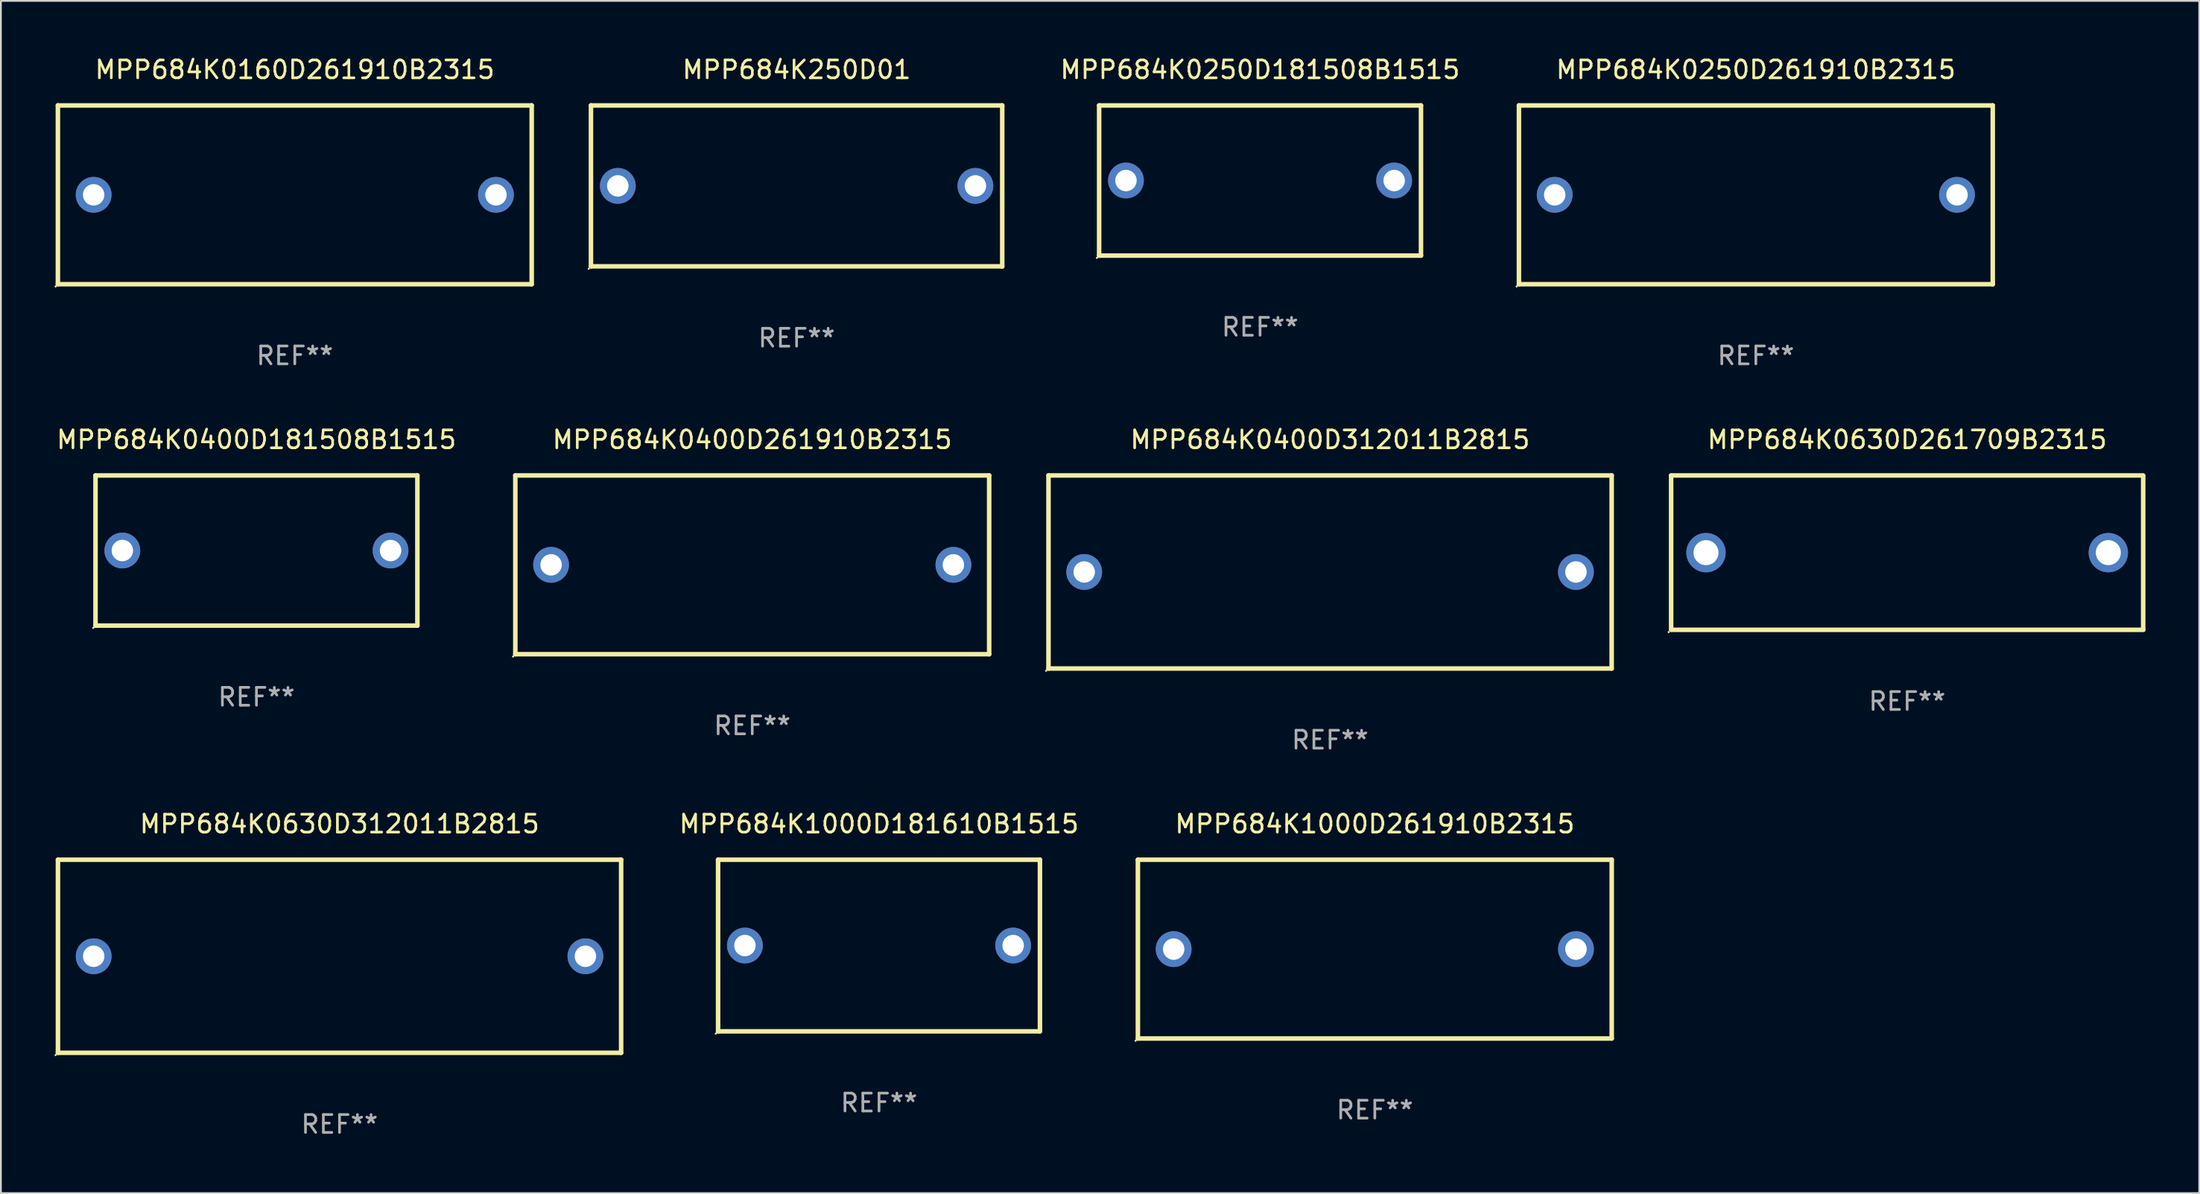
<source format=kicad_pcb>
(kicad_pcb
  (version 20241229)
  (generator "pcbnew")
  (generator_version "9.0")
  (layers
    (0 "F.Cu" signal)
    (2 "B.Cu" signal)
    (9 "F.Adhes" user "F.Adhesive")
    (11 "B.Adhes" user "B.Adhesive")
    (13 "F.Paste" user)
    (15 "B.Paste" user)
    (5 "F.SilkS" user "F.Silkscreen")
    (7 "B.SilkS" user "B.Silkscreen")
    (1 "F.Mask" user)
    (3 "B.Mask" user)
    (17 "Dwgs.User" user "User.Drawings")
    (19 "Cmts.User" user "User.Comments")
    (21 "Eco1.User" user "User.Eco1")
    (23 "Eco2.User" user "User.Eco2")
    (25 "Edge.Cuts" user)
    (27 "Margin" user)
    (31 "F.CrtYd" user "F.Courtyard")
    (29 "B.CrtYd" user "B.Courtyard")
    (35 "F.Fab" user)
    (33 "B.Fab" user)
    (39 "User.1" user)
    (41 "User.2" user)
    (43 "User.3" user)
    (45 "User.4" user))
  (footprint "MPP684K0160D261910B2315"
    (layer "F.Cu")
    (at 13.437 7.848)
    (property "Reference" "MPP684K0160D261910B2315" (at 0 -7 0) (layer "F.SilkS") (effects (font (size 1 1) (thickness 0.15))))
    (attr through_hole)
    (fp_line (start -13.25 -5) (end 13.25 -5) (stroke (width 0.254) (type solid)) (layer "F.SilkS"))
    (fp_line (start -13.25 5) (end -13.25 -5) (stroke (width 0.254) (type solid)) (layer "F.SilkS"))
    (fp_line (start 13.25 -5) (end 13.25 5) (stroke (width 0.254) (type solid)) (layer "F.SilkS"))
    (fp_line (start 13.25 5) (end -13.25 5) (stroke (width 0.254) (type solid)) (layer "F.SilkS"))
    (fp_circle (center -13.377 5.127) (end -13.347 5.127) (stroke (width 0.06) (type solid)) (fill no) (layer "F.SilkS"))
    (fp_text user "REF**" (at 0 9 0) (layer "F.Fab") (effects (font (size 1 1) (thickness 0.15))))
    (pad "1" thru_hole circle (at -11.25 0) (size 2 2) (drill 1.2) (layers "*.Cu" "*.Mask"))
    (pad "2" thru_hole circle (at 11.25 0) (size 2 2) (drill 1.2) (layers "*.Cu" "*.Mask")))
  (footprint "MPP684K0400D261910B2315"
    (layer "F.Cu")
    (at 39.02 28.545)
    (property "Reference" "MPP684K0400D261910B2315" (at 0 -7 0) (layer "F.SilkS") (effects (font (size 1 1) (thickness 0.15))))
    (attr through_hole)
    (fp_line (start -13.25 -5) (end 13.25 -5) (stroke (width 0.254) (type solid)) (layer "F.SilkS"))
    (fp_line (start -13.25 5) (end -13.25 -5) (stroke (width 0.254) (type solid)) (layer "F.SilkS"))
    (fp_line (start 13.25 -5) (end 13.25 5) (stroke (width 0.254) (type solid)) (layer "F.SilkS"))
    (fp_line (start 13.25 5) (end -13.25 5) (stroke (width 0.254) (type solid)) (layer "F.SilkS"))
    (fp_circle (center -13.377 5.127) (end -13.347 5.127) (stroke (width 0.06) (type solid)) (fill no) (layer "F.SilkS"))
    (fp_text user "REF**" (at 0 9 0) (layer "F.Fab") (effects (font (size 1 1) (thickness 0.15))))
    (pad "1" thru_hole circle (at -11.25 0) (size 2 2) (drill 1.2) (layers "*.Cu" "*.Mask"))
    (pad "2" thru_hole circle (at 11.25 0) (size 2 2) (drill 1.2) (layers "*.Cu" "*.Mask")))
  (footprint "MPP684K0630D312011B2815"
    (layer "F.Cu")
    (at 15.939 50.441)
    (property "Reference" "MPP684K0630D312011B2815" (at 0 -7.4 0) (layer "F.SilkS") (effects (font (size 1 1) (thickness 0.15))))
    (attr through_hole)
    (fp_line (start -15.748 -5.4) (end 15.752 -5.4) (stroke (width 0.254) (type solid)) (layer "F.SilkS"))
    (fp_line (start -15.748 5.4) (end -15.748 -5.4) (stroke (width 0.254) (type solid)) (layer "F.SilkS"))
    (fp_line (start 15.748 -5.4) (end 15.748 5.4) (stroke (width 0.254) (type solid)) (layer "F.SilkS"))
    (fp_line (start 15.748 5.4) (end -15.752 5.4) (stroke (width 0.254) (type solid)) (layer "F.SilkS"))
    (fp_circle (center -15.879 5.527) (end -15.849 5.527) (stroke (width 0.06) (type solid)) (fill no) (layer "F.SilkS"))
    (fp_text user "REF**" (at 0 9.4 0) (layer "F.Fab") (effects (font (size 1 1) (thickness 0.15))))
    (pad "1" thru_hole circle (at -13.75 0) (size 2 2) (drill 1.2) (layers "*.Cu" "*.Mask"))
    (pad "2" thru_hole circle (at 13.75 0) (size 2 2) (drill 1.2) (layers "*.Cu" "*.Mask")))
  (footprint "MPP684K0250D261910B2315"
    (layer "F.Cu")
    (at 95.148 7.848)
    (property "Reference" "MPP684K0250D261910B2315" (at 0 -7 0) (layer "F.SilkS") (effects (font (size 1 1) (thickness 0.15))))
    (attr through_hole)
    (fp_line (start -13.25 -5) (end 13.25 -5) (stroke (width 0.254) (type solid)) (layer "F.SilkS"))
    (fp_line (start -13.25 5) (end -13.25 -5) (stroke (width 0.254) (type solid)) (layer "F.SilkS"))
    (fp_line (start 13.25 -5) (end 13.25 5) (stroke (width 0.254) (type solid)) (layer "F.SilkS"))
    (fp_line (start 13.25 5) (end -13.25 5) (stroke (width 0.254) (type solid)) (layer "F.SilkS"))
    (fp_circle (center -13.377 5.127) (end -13.347 5.127) (stroke (width 0.06) (type solid)) (fill no) (layer "F.SilkS"))
    (fp_text user "REF**" (at 0 9 0) (layer "F.Fab") (effects (font (size 1 1) (thickness 0.15))))
    (pad "1" thru_hole circle (at -11.25 0) (size 2 2) (drill 1.2) (layers "*.Cu" "*.Mask"))
    (pad "2" thru_hole circle (at 11.25 0) (size 2 2) (drill 1.2) (layers "*.Cu" "*.Mask")))
  (footprint "MPP684K0400D312011B2815"
    (layer "F.Cu")
    (at 71.336 28.945)
    (property "Reference" "MPP684K0400D312011B2815" (at 0 -7.4 0) (layer "F.SilkS") (effects (font (size 1 1) (thickness 0.15))))
    (attr through_hole)
    (fp_line (start -15.748 -5.4) (end 15.752 -5.4) (stroke (width 0.254) (type solid)) (layer "F.SilkS"))
    (fp_line (start -15.748 5.4) (end -15.748 -5.4) (stroke (width 0.254) (type solid)) (layer "F.SilkS"))
    (fp_line (start 15.748 -5.4) (end 15.748 5.4) (stroke (width 0.254) (type solid)) (layer "F.SilkS"))
    (fp_line (start 15.748 5.4) (end -15.752 5.4) (stroke (width 0.254) (type solid)) (layer "F.SilkS"))
    (fp_circle (center -15.879 5.527) (end -15.849 5.527) (stroke (width 0.06) (type solid)) (fill no) (layer "F.SilkS"))
    (fp_text user "REF**" (at 0 9.4 0) (layer "F.Fab") (effects (font (size 1 1) (thickness 0.15))))
    (pad "1" thru_hole circle (at -13.75 0) (size 2 2) (drill 1.2) (layers "*.Cu" "*.Mask"))
    (pad "2" thru_hole circle (at 13.75 0) (size 2 2) (drill 1.2) (layers "*.Cu" "*.Mask")))
  (footprint "MPP684K1000D181610B1515"
    (layer "F.Cu")
    (at 46.11 49.841)
    (property "Reference" "MPP684K1000D181610B1515" (at 0 -6.8 0) (layer "F.SilkS") (effects (font (size 1 1) (thickness 0.15))))
    (attr through_hole)
    (fp_line (start -9 -4.8) (end 9 -4.8) (stroke (width 0.254) (type solid)) (layer "F.SilkS"))
    (fp_line (start -9 4.8) (end -9 -4.8) (stroke (width 0.254) (type solid)) (layer "F.SilkS"))
    (fp_line (start 9 -4.8) (end 9 4.8) (stroke (width 0.254) (type solid)) (layer "F.SilkS"))
    (fp_line (start 9 4.8) (end -9 4.8) (stroke (width 0.254) (type solid)) (layer "F.SilkS"))
    (fp_circle (center -9.127 4.927) (end -9.097 4.927) (stroke (width 0.06) (type solid)) (fill no) (layer "F.SilkS"))
    (fp_text user "REF**" (at 0 8.8 0) (layer "F.Fab") (effects (font (size 1 1) (thickness 0.15))))
    (pad "1" thru_hole circle (at -7.501 0) (size 2 2) (drill 1.2) (layers "*.Cu" "*.Mask"))
    (pad "2" thru_hole circle (at 7.501 0) (size 2 2) (drill 1.2) (layers "*.Cu" "*.Mask")))
  (footprint "MPP684K0630D261709B2315"
    (layer "F.Cu")
    (at 103.61 27.863)
    (property "Reference" "MPP684K0630D261709B2315" (at 0 -6.318 0) (layer "F.SilkS") (effects (font (size 1 1) (thickness 0.15))))
    (attr through_hole)
    (fp_line (start -13.208 -4.318) (end 13.193 -4.318) (stroke (width 0.254) (type solid)) (layer "F.SilkS"))
    (fp_line (start -13.2 4.3) (end -13.2 -4.3) (stroke (width 0.254) (type solid)) (layer "F.SilkS"))
    (fp_line (start 13.2 -4.3) (end 13.2 4.3) (stroke (width 0.254) (type solid)) (layer "F.SilkS"))
    (fp_line (start 13.208 4.318) (end -13.193 4.318) (stroke (width 0.254) (type solid)) (layer "F.SilkS"))
    (fp_circle (center -13.335 4.445) (end -13.305 4.445) (stroke (width 0.06) (type solid)) (fill no) (layer "F.SilkS"))
    (fp_text user "REF**" (at 0 8.318 0) (layer "F.Fab") (effects (font (size 1 1) (thickness 0.15))))
    (pad "1" thru_hole circle (at -11.25 0) (size 2.2 2.2) (drill 1.4) (layers "*.Cu" "*.Mask"))
    (pad "2" thru_hole circle (at 11.25 0) (size 2.2 2.2) (drill 1.4) (layers "*.Cu" "*.Mask")))
  (footprint "MPP684K1000D261910B2315"
    (layer "F.Cu")
    (at 73.838 50.041)
    (property "Reference" "MPP684K1000D261910B2315" (at 0 -7 0) (layer "F.SilkS") (effects (font (size 1 1) (thickness 0.15))))
    (attr through_hole)
    (fp_line (start -13.25 -5) (end 13.25 -5) (stroke (width 0.254) (type solid)) (layer "F.SilkS"))
    (fp_line (start -13.25 5) (end -13.25 -5) (stroke (width 0.254) (type solid)) (layer "F.SilkS"))
    (fp_line (start 13.25 -5) (end 13.25 5) (stroke (width 0.254) (type solid)) (layer "F.SilkS"))
    (fp_line (start 13.25 5) (end -13.25 5) (stroke (width 0.254) (type solid)) (layer "F.SilkS"))
    (fp_circle (center -13.377 5.127) (end -13.347 5.127) (stroke (width 0.06) (type solid)) (fill no) (layer "F.SilkS"))
    (fp_text user "REF**" (at 0 9 0) (layer "F.Fab") (effects (font (size 1 1) (thickness 0.15))))
    (pad "1" thru_hole circle (at -11.25 0) (size 2 2) (drill 1.2) (layers "*.Cu" "*.Mask"))
    (pad "2" thru_hole circle (at 11.25 0) (size 2 2) (drill 1.2) (layers "*.Cu" "*.Mask")))
  (footprint "MPP684K0250D181508B1515"
    (layer "F.Cu")
    (at 67.42 7.048)
    (property "Reference" "MPP684K0250D181508B1515" (at 0 -6.2 0) (layer "F.SilkS") (effects (font (size 1 1) (thickness 0.15))))
    (attr through_hole)
    (fp_line (start -9 -4.2) (end 9 -4.2) (stroke (width 0.254) (type solid)) (layer "F.SilkS"))
    (fp_line (start -9 4.2) (end -9 -4.2) (stroke (width 0.254) (type solid)) (layer "F.SilkS"))
    (fp_line (start 9 -4.2) (end 9 4.2) (stroke (width 0.254) (type solid)) (layer "F.SilkS"))
    (fp_line (start 9 4.2) (end -9 4.2) (stroke (width 0.254) (type solid)) (layer "F.SilkS"))
    (fp_circle (center -9.127 4.327) (end -9.097 4.327) (stroke (width 0.06) (type solid)) (fill no) (layer "F.SilkS"))
    (fp_text user "REF**" (at 0 8.2 0) (layer "F.Fab") (effects (font (size 1 1) (thickness 0.15))))
    (pad "1" thru_hole circle (at -7.5 0) (size 2 2) (drill 1.2) (layers "*.Cu" "*.Mask"))
    (pad "2" thru_hole circle (at 7.5 0) (size 2 2) (drill 1.2) (layers "*.Cu" "*.Mask")))
  (footprint "MPP684K0400D181508B1515"
    (layer "F.Cu")
    (at 11.292 27.745)
    (property "Reference" "MPP684K0400D181508B1515" (at 0 -6.2 0) (layer "F.SilkS") (effects (font (size 1 1) (thickness 0.15))))
    (attr through_hole)
    (fp_line (start -9 -4.2) (end 9 -4.2) (stroke (width 0.254) (type solid)) (layer "F.SilkS"))
    (fp_line (start -9 4.2) (end -9 -4.2) (stroke (width 0.254) (type solid)) (layer "F.SilkS"))
    (fp_line (start 9 -4.2) (end 9 4.2) (stroke (width 0.254) (type solid)) (layer "F.SilkS"))
    (fp_line (start 9 4.2) (end -9 4.2) (stroke (width 0.254) (type solid)) (layer "F.SilkS"))
    (fp_circle (center -9.127 4.327) (end -9.097 4.327) (stroke (width 0.06) (type solid)) (fill no) (layer "F.SilkS"))
    (fp_text user "REF**" (at 0 8.2 0) (layer "F.Fab") (effects (font (size 1 1) (thickness 0.15))))
    (pad "1" thru_hole circle (at -7.5 0) (size 2 2) (drill 1.2) (layers "*.Cu" "*.Mask"))
    (pad "2" thru_hole circle (at 7.5 0) (size 2 2) (drill 1.2) (layers "*.Cu" "*.Mask")))
  (footprint "MPP684K250D01"
    (layer "F.Cu")
    (at 41.501 7.353)
    (property "Reference" "MPP684K250D01" (at 0 -6.505 0) (layer "F.SilkS") (effects (font (size 1 1) (thickness 0.15))))
    (attr through_hole)
    (fp_line (start -11.5 -4.505) (end -11.5 4.495) (stroke (width 0.254) (type solid)) (layer "F.SilkS"))
    (fp_line (start -11.5 -4.505) (end 11.5 -4.505) (stroke (width 0.254) (type solid)) (layer "F.SilkS"))
    (fp_line (start -11.5 4.495) (end 11.5 4.495) (stroke (width 0.254) (type solid)) (layer "F.SilkS"))
    (fp_line (start 11.5 -4.505) (end 11.5 4.505) (stroke (width 0.254) (type solid)) (layer "F.SilkS"))
    (fp_circle (center -11.627 4.632) (end -11.597 4.632) (stroke (width 0.06) (type solid)) (fill no) (layer "F.SilkS"))
    (fp_text user "REF**" (at 0 8.505 0) (layer "F.Fab") (effects (font (size 1 1) (thickness 0.15))))
    (pad "1" thru_hole circle (at -10 -0.005) (size 2 2) (drill 1.2) (layers "*.Cu" "*.Mask"))
    (pad "2" thru_hole circle (at 10 -0.005) (size 2 2) (drill 1.2) (layers "*.Cu" "*.Mask")))
  (gr_rect
    (start -3 -3)
    (end 119.946 63.69)
    (stroke (width 0.1) (type default))
    (fill no)
    (layer "Edge.Cuts")))
</source>
